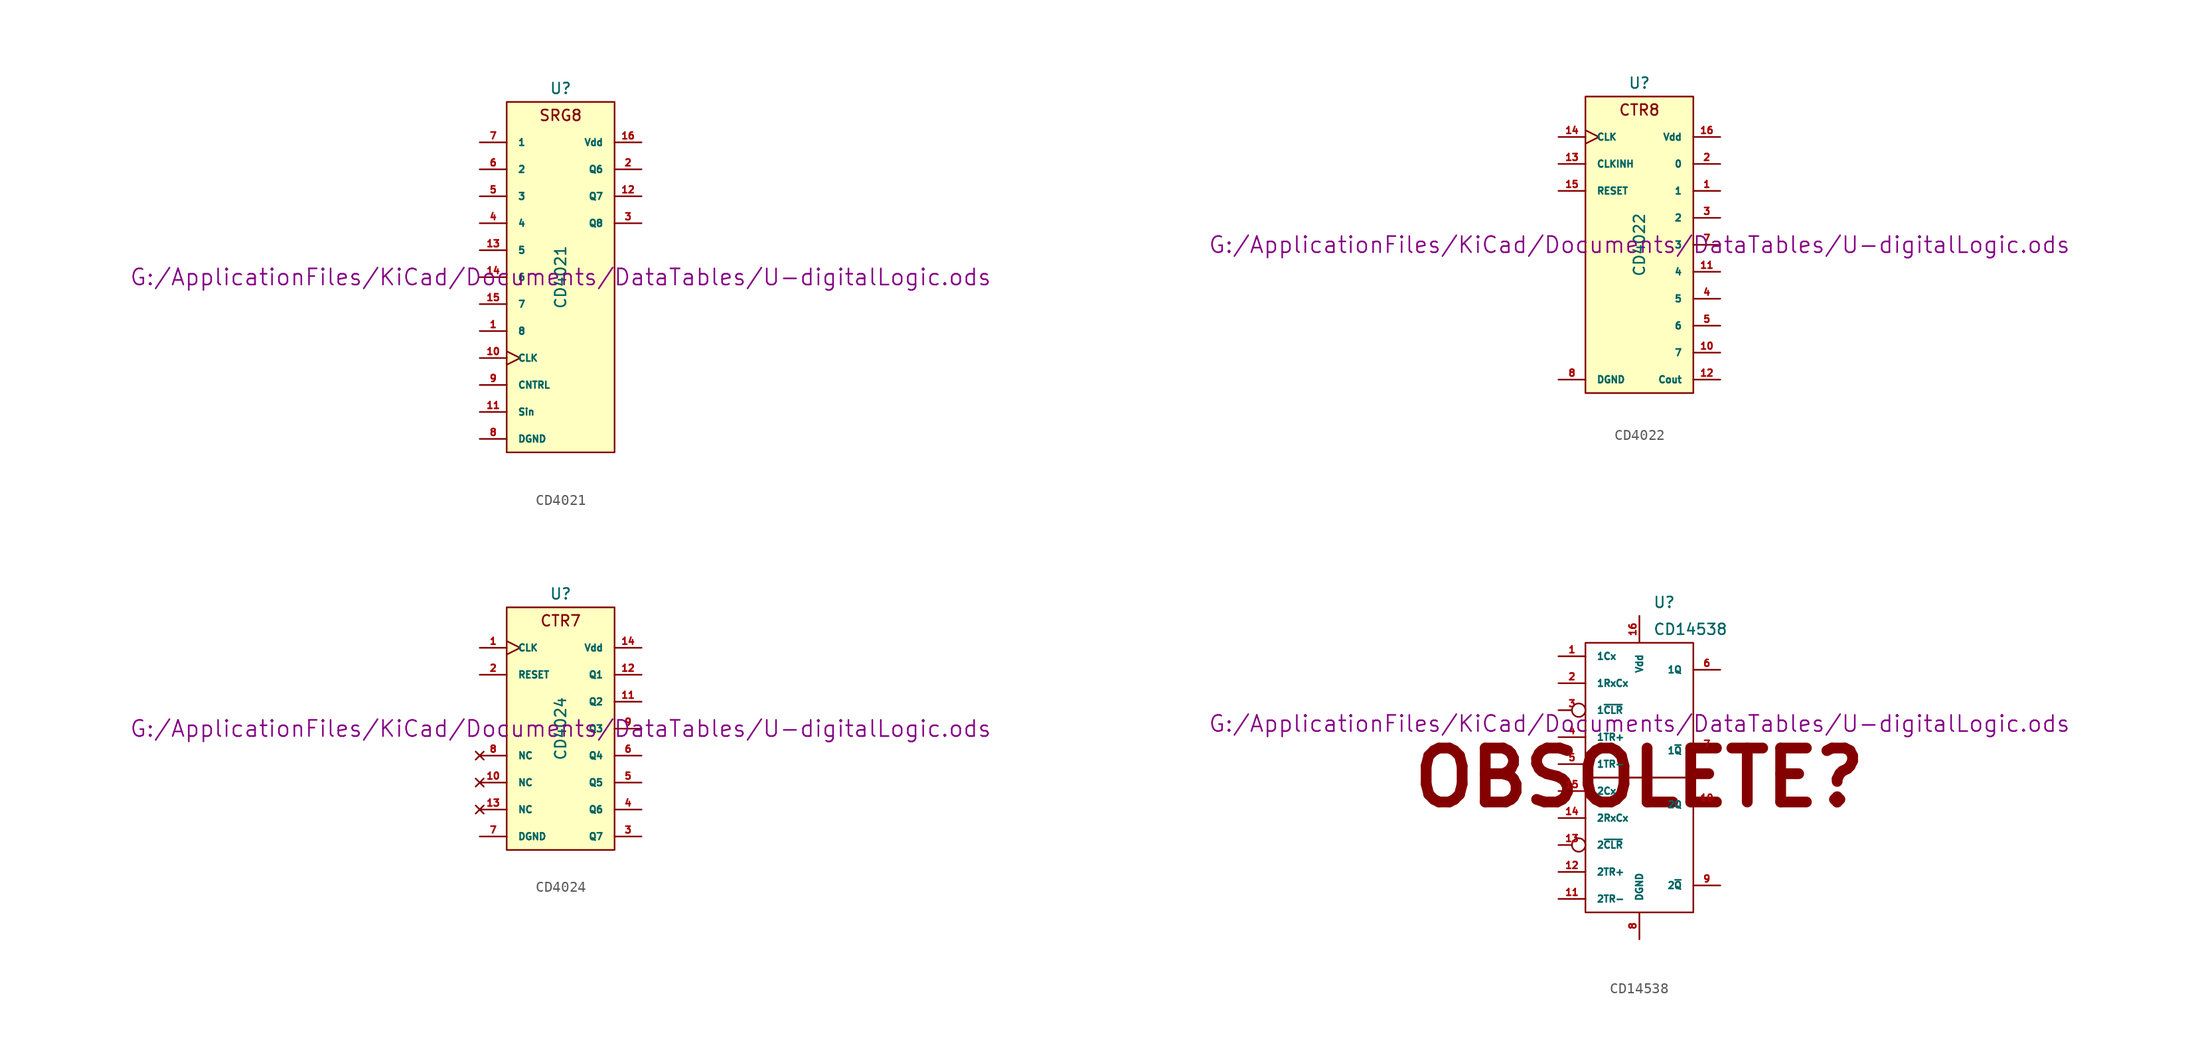
<source format=kicad_sym>
(kicad_symbol_lib
  (version 20211014)
  (generator kicad_symbol_editor)
  (symbol "CD4021"
    (pin_names
      (offset 1.016))
    (property "Reference" "U"
      (at 0 17.78 0)
      (effects (font (size 1.016 1.016))))
    (property "Value" "CD4021"
      (at 0 0 90)
      (effects (font (size 1.016 1.016))))
    (property "Footprint" ""
      (at 0 0 0)
      (effects (font (size 1.524 1.524))))
    (property "Datasheet" "G:/ApplicationFiles/KiCad/Documents/DataTables/U-digitalLogic.ods"
      (at 0 0 0)
      (effects (font (size 1.524 1.524))))
    (symbol "CD4021_0_0"
      (text "SRG8" (at 0 15.24 0) (effects (font (size 1.016 1.016)))))
    (symbol "CD4021_0_1"
      (rectangle (start -5.08 16.51) (end 5.08 -16.51) (stroke (width 0) (type default) (color 0 0 0 0)) (fill (type background))))
    (symbol "CD4021_1_1"
      (pin input line (at -7.62 -5.08 0) (length 2.54) (name "8" (effects (font (size 0.635 0.635)))) (number "1" (effects (font (size 0.635 0.635)))))
      (pin input clock (at -7.62 -7.62 0) (length 2.54) (name "CLK" (effects (font (size 0.635 0.635)))) (number "10" (effects (font (size 0.635 0.635)))))
      (pin input line (at -7.62 -12.7 0) (length 2.54) (name "Sin" (effects (font (size 0.635 0.635)))) (number "11" (effects (font (size 0.635 0.635)))))
      (pin output line (at 7.62 7.62 180) (length 2.54) (name "Q7" (effects (font (size 0.635 0.635)))) (number "12" (effects (font (size 0.635 0.635)))))
      (pin input line (at -7.62 2.54 0) (length 2.54) (name "5" (effects (font (size 0.635 0.635)))) (number "13" (effects (font (size 0.635 0.635)))))
      (pin input line (at -7.62 0 0) (length 2.54) (name "6" (effects (font (size 0.635 0.635)))) (number "14" (effects (font (size 0.635 0.635)))))
      (pin input line (at -7.62 -2.54 0) (length 2.54) (name "7" (effects (font (size 0.635 0.635)))) (number "15" (effects (font (size 0.635 0.635)))))
      (pin power_in line (at 7.62 12.7 180) (length 2.54) (name "Vdd" (effects (font (size 0.635 0.635)))) (number "16" (effects (font (size 0.635 0.635)))))
      (pin output line (at 7.62 10.16 180) (length 2.54) (name "Q6" (effects (font (size 0.635 0.635)))) (number "2" (effects (font (size 0.635 0.635)))))
      (pin output line (at 7.62 5.08 180) (length 2.54) (name "Q8" (effects (font (size 0.635 0.635)))) (number "3" (effects (font (size 0.635 0.635)))))
      (pin input line (at -7.62 5.08 0) (length 2.54) (name "4" (effects (font (size 0.635 0.635)))) (number "4" (effects (font (size 0.635 0.635)))))
      (pin input line (at -7.62 7.62 0) (length 2.54) (name "3" (effects (font (size 0.635 0.635)))) (number "5" (effects (font (size 0.635 0.635)))))
      (pin input line (at -7.62 10.16 0) (length 2.54) (name "2" (effects (font (size 0.635 0.635)))) (number "6" (effects (font (size 0.635 0.635)))))
      (pin input line (at -7.62 12.7 0) (length 2.54) (name "1" (effects (font (size 0.635 0.635)))) (number "7" (effects (font (size 0.635 0.635)))))
      (pin power_in line (at -7.62 -15.24 0) (length 2.54) (name "DGND" (effects (font (size 0.635 0.635)))) (number "8" (effects (font (size 0.635 0.635)))))
      (pin input line (at -7.62 -10.16 0) (length 2.54) (name "CNTRL" (effects (font (size 0.635 0.635)))) (number "9" (effects (font (size 0.635 0.635)))))))
  (symbol "CD4022"
    (pin_names
      (offset 1.016))
    (property "Reference" "U"
      (at 0 15.24 0)
      (effects (font (size 1.016 1.016))))
    (property "Value" "CD4022"
      (at 0 0 90)
      (effects (font (size 1.016 1.016))))
    (property "Footprint" ""
      (at 0 0 0)
      (effects (font (size 1.524 1.524))))
    (property "Datasheet" "G:/ApplicationFiles/KiCad/Documents/DataTables/U-digitalLogic.ods"
      (at 0 0 0)
      (effects (font (size 1.524 1.524))))
    (symbol "CD4022_0_0"
      (text "CTR8" (at 0 12.7 0) (effects (font (size 1.016 1.016)))))
    (symbol "CD4022_0_1"
      (rectangle (start -5.08 13.97) (end 5.08 -13.97) (stroke (width 0) (type default) (color 0 0 0 0)) (fill (type background))))
    (symbol "CD4022_1_1"
      (pin output line (at 7.62 5.08 180) (length 2.54) (name "1" (effects (font (size 0.635 0.635)))) (number "1" (effects (font (size 0.635 0.635)))))
      (pin output line (at 7.62 -10.16 180) (length 2.54) (name "7" (effects (font (size 0.635 0.635)))) (number "10" (effects (font (size 0.635 0.635)))))
      (pin output line (at 7.62 -2.54 180) (length 2.54) (name "4" (effects (font (size 0.635 0.635)))) (number "11" (effects (font (size 0.635 0.635)))))
      (pin output line (at 7.62 -12.7 180) (length 2.54) (name "Cout" (effects (font (size 0.635 0.635)))) (number "12" (effects (font (size 0.635 0.635)))))
      (pin input line (at -7.62 7.62 0) (length 2.54) (name "CLKINH" (effects (font (size 0.635 0.635)))) (number "13" (effects (font (size 0.635 0.635)))))
      (pin input clock (at -7.62 10.16 0) (length 2.54) (name "CLK" (effects (font (size 0.635 0.635)))) (number "14" (effects (font (size 0.635 0.635)))))
      (pin input line (at -7.62 5.08 0) (length 2.54) (name "RESET" (effects (font (size 0.635 0.635)))) (number "15" (effects (font (size 0.635 0.635)))))
      (pin power_in line (at 7.62 10.16 180) (length 2.54) (name "Vdd" (effects (font (size 0.635 0.635)))) (number "16" (effects (font (size 0.635 0.635)))))
      (pin output line (at 7.62 7.62 180) (length 2.54) (name "0" (effects (font (size 0.635 0.635)))) (number "2" (effects (font (size 0.635 0.635)))))
      (pin output line (at 7.62 2.54 180) (length 2.54) (name "2" (effects (font (size 0.635 0.635)))) (number "3" (effects (font (size 0.635 0.635)))))
      (pin output line (at 7.62 -5.08 180) (length 2.54) (name "5" (effects (font (size 0.635 0.635)))) (number "4" (effects (font (size 0.635 0.635)))))
      (pin output line (at 7.62 -7.62 180) (length 2.54) (name "6" (effects (font (size 0.635 0.635)))) (number "5" (effects (font (size 0.635 0.635)))))
      (pin output line (at 7.62 0 180) (length 2.54) (name "3" (effects (font (size 0.635 0.635)))) (number "7" (effects (font (size 0.635 0.635)))))
      (pin power_in line (at -7.62 -12.7 0) (length 2.54) (name "DGND" (effects (font (size 0.635 0.635)))) (number "8" (effects (font (size 0.635 0.635)))))))
  (symbol "CD4024"
    (pin_names
      (offset 1.016))
    (property "Reference" "U"
      (at 0 12.7 0)
      (effects (font (size 1.016 1.016))))
    (property "Value" "CD4024"
      (at 0 0 90)
      (effects (font (size 1.016 1.016))))
    (property "Footprint" ""
      (at 0 0 0)
      (effects (font (size 1.524 1.524))))
    (property "Datasheet" "G:/ApplicationFiles/KiCad/Documents/DataTables/U-digitalLogic.ods"
      (at 0 0 0)
      (effects (font (size 1.524 1.524))))
    (symbol "CD4024_0_0"
      (text "CTR7" (at 0 10.16 0) (effects (font (size 1.016 1.016)))))
    (symbol "CD4024_0_1"
      (rectangle (start -5.08 11.43) (end 5.08 -11.43) (stroke (width 0) (type default) (color 0 0 0 0)) (fill (type background))))
    (symbol "CD4024_1_1"
      (pin input clock (at -7.62 7.62 0) (length 2.54) (name "CLK" (effects (font (size 0.635 0.635)))) (number "1" (effects (font (size 0.635 0.635)))))
      (pin no_connect line (at -7.62 -5.08 0) (length 2.54) (name "NC" (effects (font (size 0.635 0.635)))) (number "10" (effects (font (size 0.635 0.635)))))
      (pin output line (at 7.62 2.54 180) (length 2.54) (name "Q2" (effects (font (size 0.635 0.635)))) (number "11" (effects (font (size 0.635 0.635)))))
      (pin output line (at 7.62 5.08 180) (length 2.54) (name "Q1" (effects (font (size 0.635 0.635)))) (number "12" (effects (font (size 0.635 0.635)))))
      (pin no_connect line (at -7.62 -7.62 0) (length 2.54) (name "NC" (effects (font (size 0.635 0.635)))) (number "13" (effects (font (size 0.635 0.635)))))
      (pin power_in line (at 7.62 7.62 180) (length 2.54) (name "Vdd" (effects (font (size 0.635 0.635)))) (number "14" (effects (font (size 0.635 0.635)))))
      (pin input line (at -7.62 5.08 0) (length 2.54) (name "RESET" (effects (font (size 0.635 0.635)))) (number "2" (effects (font (size 0.635 0.635)))))
      (pin output line (at 7.62 -10.16 180) (length 2.54) (name "Q7" (effects (font (size 0.635 0.635)))) (number "3" (effects (font (size 0.635 0.635)))))
      (pin output line (at 7.62 -7.62 180) (length 2.54) (name "Q6" (effects (font (size 0.635 0.635)))) (number "4" (effects (font (size 0.635 0.635)))))
      (pin output line (at 7.62 -5.08 180) (length 2.54) (name "Q5" (effects (font (size 0.635 0.635)))) (number "5" (effects (font (size 0.635 0.635)))))
      (pin output line (at 7.62 -2.54 180) (length 2.54) (name "Q4" (effects (font (size 0.635 0.635)))) (number "6" (effects (font (size 0.635 0.635)))))
      (pin power_in line (at -7.62 -10.16 0) (length 2.54) (name "DGND" (effects (font (size 0.635 0.635)))) (number "7" (effects (font (size 0.635 0.635)))))
      (pin no_connect line (at -7.62 -2.54 0) (length 2.54) (name "NC" (effects (font (size 0.635 0.635)))) (number "8" (effects (font (size 0.635 0.635)))))
      (pin output line (at 7.62 0 180) (length 2.54) (name "Q3" (effects (font (size 0.635 0.635)))) (number "9" (effects (font (size 0.635 0.635)))))))
  (symbol "CD14538"
    (pin_names
      (offset 1.016))
    (property "Reference" "U"
      (at 1.27 16.51 0)
      (effects (font (size 1.016 1.016)) (justify left)))
    (property "Value" "CD14538"
      (at 1.27 13.97 0)
      (effects (font (size 1.016 1.016)) (justify left)))
    (property "Footprint" ""
      (at 0 5.08 0)
      (effects (font (size 1.524 1.524))))
    (property "Datasheet" "G:/ApplicationFiles/KiCad/Documents/DataTables/U-digitalLogic.ods"
      (at 0 5.08 0)
      (effects (font (size 1.524 1.524))))
    (symbol "CD14538_0_0"
      (text "OBSOLETE?" (at 0 0 0) (effects (font (size 5.08 5.08) bold))))
    (symbol "CD14538_0_1"
      (rectangle (start -5.08 0) (end 5.08 -12.7) (stroke (width 0) (type default) (color 0 0 0 0)) (fill (type none)))
      (rectangle (start -5.08 12.7) (end 5.08 0) (stroke (width 0) (type default) (color 0 0 0 0)) (fill (type none))))
    (symbol "CD14538_1_1"
      (pin input line (at -7.62 11.43 0) (length 2.54) (name "1Cx" (effects (font (size 0.635 0.635)))) (number "1" (effects (font (size 0.635 0.635)))))
      (pin output line (at 7.62 -2.54 180) (length 2.54) (name "2Q" (effects (font (size 0.635 0.635)))) (number "10" (effects (font (size 0.635 0.635)))))
      (pin input line (at -7.62 -11.43 0) (length 2.54) (name "2TR-" (effects (font (size 0.635 0.635)))) (number "11" (effects (font (size 0.635 0.635)))))
      (pin input line (at -7.62 -8.89 0) (length 2.54) (name "2TR+" (effects (font (size 0.635 0.635)))) (number "12" (effects (font (size 0.635 0.635)))))
      (pin input inverted (at -7.62 -6.35 0) (length 2.54) (name "2~{CLR}" (effects (font (size 0.635 0.635)))) (number "13" (effects (font (size 0.635 0.635)))))
      (pin input line (at -7.62 -3.81 0) (length 2.54) (name "2RxCx" (effects (font (size 0.635 0.635)))) (number "14" (effects (font (size 0.635 0.635)))))
      (pin input line (at -7.62 -1.27 0) (length 2.54) (name "2Cx" (effects (font (size 0.635 0.635)))) (number "15" (effects (font (size 0.635 0.635)))))
      (pin power_in line (at 0 15.24 270) (length 2.54) (name "Vdd" (effects (font (size 0.635 0.635)))) (number "16" (effects (font (size 0.635 0.635)))))
      (pin input line (at -7.62 8.89 0) (length 2.54) (name "1RxCx" (effects (font (size 0.635 0.635)))) (number "2" (effects (font (size 0.635 0.635)))))
      (pin input inverted (at -7.62 6.35 0) (length 2.54) (name "1~{CLR}" (effects (font (size 0.635 0.635)))) (number "3" (effects (font (size 0.635 0.635)))))
      (pin input line (at -7.62 3.81 0) (length 2.54) (name "1TR+" (effects (font (size 0.635 0.635)))) (number "4" (effects (font (size 0.635 0.635)))))
      (pin input line (at -7.62 1.27 0) (length 2.54) (name "1TR-" (effects (font (size 0.635 0.635)))) (number "5" (effects (font (size 0.635 0.635)))))
      (pin output line (at 7.62 10.16 180) (length 2.54) (name "1Q" (effects (font (size 0.635 0.635)))) (number "6" (effects (font (size 0.635 0.635)))))
      (pin output line (at 7.62 2.54 180) (length 2.54) (name "1~{Q}" (effects (font (size 0.635 0.635)))) (number "7" (effects (font (size 0.635 0.635)))))
      (pin power_in line (at 0 -15.24 90) (length 2.54) (name "DGND" (effects (font (size 0.635 0.635)))) (number "8" (effects (font (size 0.635 0.635)))))
      (pin output line (at 7.62 -10.16 180) (length 2.54) (name "2~{Q}" (effects (font (size 0.635 0.635)))) (number "9" (effects (font (size 0.635 0.635))))))))
</source>
